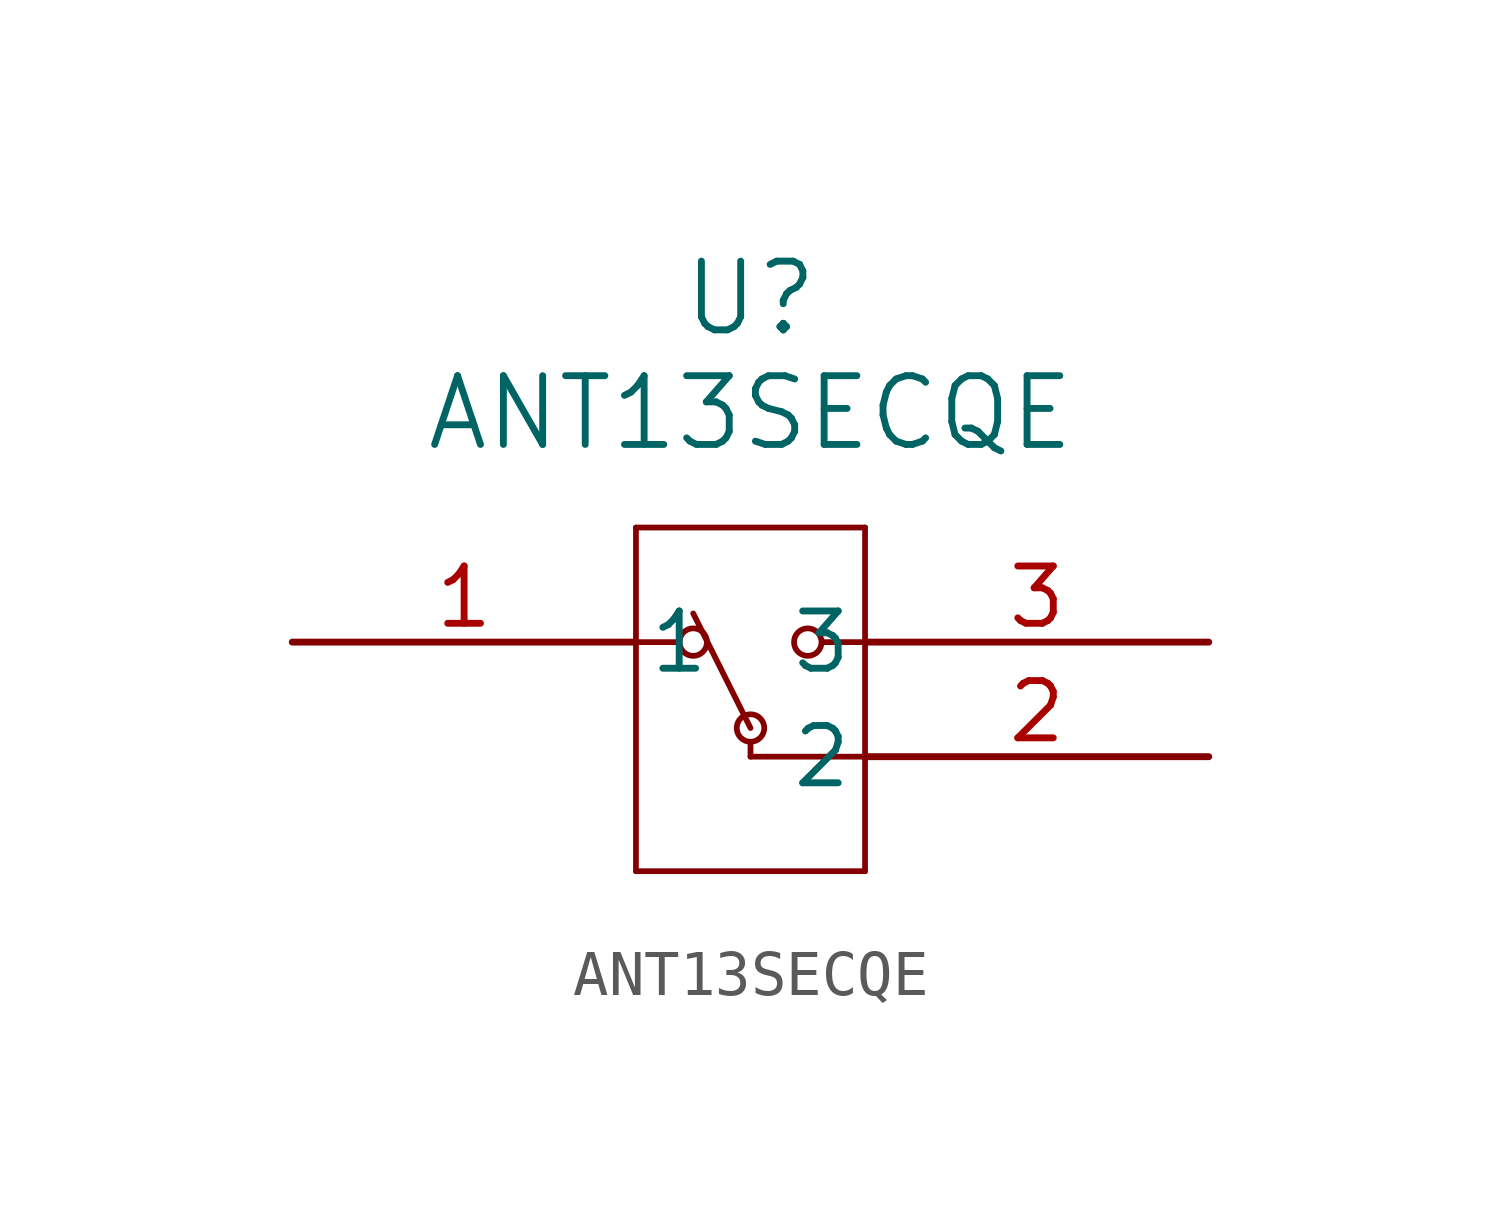
<source format=kicad_sym>
(kicad_symbol_lib
  (version 20211014)
  (generator kicad_symbol_editor)
  (symbol "ANT13SECQE"
    (pin_names
      (offset 0.254))
    (property "Reference" "U"
      (at 10.16 7.62 0)
      (effects (font (size 1.524 1.524))))
    (property "Value" "ANT13SECQE"
      (at 10.16 5.08 0)
      (effects (font (size 1.524 1.524))))
    (symbol "ANT13SECQE_0_1"
      (polyline (pts (xy 7.62 2.54) (xy 7.62 -5.08)) (stroke (width 0.127) (type default) (color 0 0 0 0)) (fill (type none)))
      (polyline (pts (xy 7.62 -5.08) (xy 12.7 -5.08)) (stroke (width 0.127) (type default) (color 0 0 0 0)) (fill (type none)))
      (polyline (pts (xy 12.7 -5.08) (xy 12.7 2.54)) (stroke (width 0.127) (type default) (color 0 0 0 0)) (fill (type none)))
      (polyline (pts (xy 12.7 2.54) (xy 7.62 2.54)) (stroke (width 0.127) (type default) (color 0 0 0 0)) (fill (type none)))
      (polyline (pts (xy 7.62 0) (xy 8.572 0)) (stroke (width 0.127) (type default) (color 0 0 0 0)) (fill (type none)))
      (polyline (pts (xy 11.748 0) (xy 12.7 0)) (stroke (width 0.127) (type default) (color 0 0 0 0)) (fill (type none)))
      (polyline (pts (xy 10.16 -2.54) (xy 12.7 -2.54)) (stroke (width 0.127) (type default) (color 0 0 0 0)) (fill (type none)))
      (polyline (pts (xy 10.16 -2.54) (xy 10.16 -2.21)) (stroke (width 0.127) (type default) (color 0 0 0 0)) (fill (type none)))
      (circle (center 8.89 0) (radius 0.305) (stroke (width 0.127) (type default) (color 0 0 0 0)) (fill (type none)))
      (circle (center 11.43 0) (radius 0.305) (stroke (width 0.127) (type default) (color 0 0 0 0)) (fill (type none)))
      (circle (center 10.16 -1.905) (radius 0.305) (stroke (width 0.127) (type default) (color 0 0 0 0)) (fill (type none)))
      (polyline (pts (xy 10.16 -1.905) (xy 8.89 0.635)) (stroke (width 0.127) (type default) (color 0 0 0 0)) (fill (type none)))
      (pin unspecified line (at 0 0 0) (length 7.62) (name "1" (effects (font (size 1.27 1.27)))) (number "1" (effects (font (size 1.27 1.27)))))
      (pin unspecified line (at 20.32 -2.54 180) (length 7.62) (name "2" (effects (font (size 1.27 1.27)))) (number "2" (effects (font (size 1.27 1.27)))))
      (pin unspecified line (at 20.32 0 180) (length 7.62) (name "3" (effects (font (size 1.27 1.27)))) (number "3" (effects (font (size 1.27 1.27))))))))
</source>
